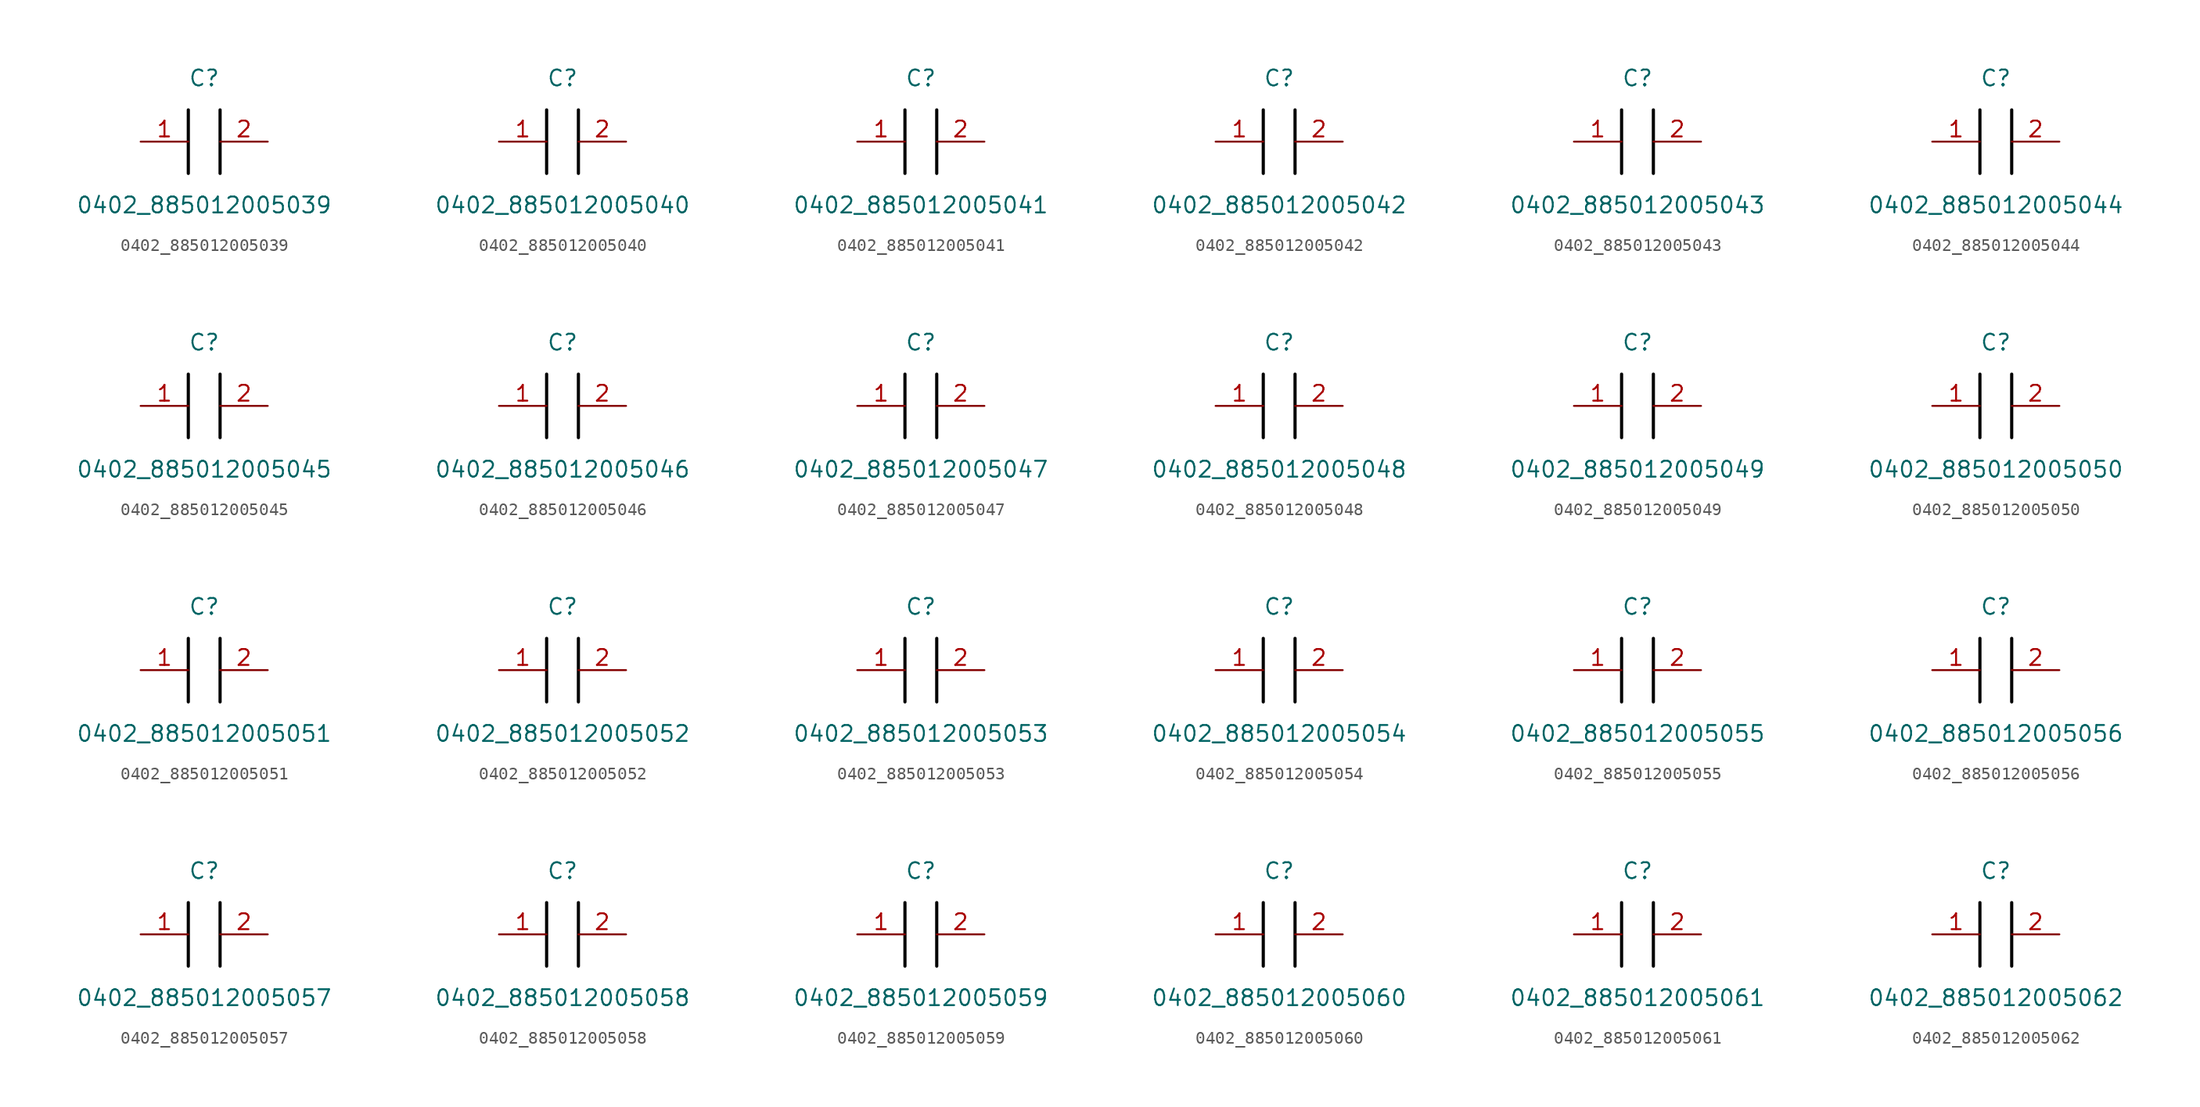
<source format=kicad_sym>
(kicad_symbol_lib
  (version 20220914)
  (generator kicad_symbol_editor)
  (symbol "0402_885012005039"
    (pin_names hide)
    (property "Reference" "C"
      (at 0 5.08 0)
      (effects (font (size 1.27 1.27))))
    (property "Value" "0402_885012005039"
      (at 0 -5.08 0)
      (effects (font (size 1.27 1.27))))
    (symbol "0402_885012005039_1_1"
      (polyline (pts (xy -1.27 2.54) (xy -1.27 -2.54)) (stroke (width 0.254) (type default) (color 0 0 0 1)) (fill (type none)))
      (polyline (pts (xy 1.27 2.54) (xy 1.27 -2.54)) (stroke (width 0.254) (type default) (color 0 0 0 1)) (fill (type none)))
      (pin passive line (at -5.08 0 0) (length 3.81) (name "1" (effects (font (size 1.27 1.27)))) (number "1" (effects (font (size 1.27 1.27)))))
      (pin passive line (at 5.08 0 180) (length 3.81) (name "2" (effects (font (size 1.27 1.27)))) (number "2" (effects (font (size 1.27 1.27)))))))
  (symbol "0402_885012005040"
    (pin_names hide)
    (property "Reference" "C"
      (at 0 5.08 0)
      (effects (font (size 1.27 1.27))))
    (property "Value" "0402_885012005040"
      (at 0 -5.08 0)
      (effects (font (size 1.27 1.27))))
    (symbol "0402_885012005040_1_1"
      (polyline (pts (xy -1.27 2.54) (xy -1.27 -2.54)) (stroke (width 0.254) (type default) (color 0 0 0 1)) (fill (type none)))
      (polyline (pts (xy 1.27 2.54) (xy 1.27 -2.54)) (stroke (width 0.254) (type default) (color 0 0 0 1)) (fill (type none)))
      (pin passive line (at -5.08 0 0) (length 3.81) (name "1" (effects (font (size 1.27 1.27)))) (number "1" (effects (font (size 1.27 1.27)))))
      (pin passive line (at 5.08 0 180) (length 3.81) (name "2" (effects (font (size 1.27 1.27)))) (number "2" (effects (font (size 1.27 1.27)))))))
  (symbol "0402_885012005041"
    (pin_names hide)
    (property "Reference" "C"
      (at 0 5.08 0)
      (effects (font (size 1.27 1.27))))
    (property "Value" "0402_885012005041"
      (at 0 -5.08 0)
      (effects (font (size 1.27 1.27))))
    (symbol "0402_885012005041_1_1"
      (polyline (pts (xy -1.27 2.54) (xy -1.27 -2.54)) (stroke (width 0.254) (type default) (color 0 0 0 1)) (fill (type none)))
      (polyline (pts (xy 1.27 2.54) (xy 1.27 -2.54)) (stroke (width 0.254) (type default) (color 0 0 0 1)) (fill (type none)))
      (pin passive line (at -5.08 0 0) (length 3.81) (name "1" (effects (font (size 1.27 1.27)))) (number "1" (effects (font (size 1.27 1.27)))))
      (pin passive line (at 5.08 0 180) (length 3.81) (name "2" (effects (font (size 1.27 1.27)))) (number "2" (effects (font (size 1.27 1.27)))))))
  (symbol "0402_885012005042"
    (pin_names hide)
    (property "Reference" "C"
      (at 0 5.08 0)
      (effects (font (size 1.27 1.27))))
    (property "Value" "0402_885012005042"
      (at 0 -5.08 0)
      (effects (font (size 1.27 1.27))))
    (symbol "0402_885012005042_1_1"
      (polyline (pts (xy -1.27 2.54) (xy -1.27 -2.54)) (stroke (width 0.254) (type default) (color 0 0 0 1)) (fill (type none)))
      (polyline (pts (xy 1.27 2.54) (xy 1.27 -2.54)) (stroke (width 0.254) (type default) (color 0 0 0 1)) (fill (type none)))
      (pin passive line (at -5.08 0 0) (length 3.81) (name "1" (effects (font (size 1.27 1.27)))) (number "1" (effects (font (size 1.27 1.27)))))
      (pin passive line (at 5.08 0 180) (length 3.81) (name "2" (effects (font (size 1.27 1.27)))) (number "2" (effects (font (size 1.27 1.27)))))))
  (symbol "0402_885012005043"
    (pin_names hide)
    (property "Reference" "C"
      (at 0 5.08 0)
      (effects (font (size 1.27 1.27))))
    (property "Value" "0402_885012005043"
      (at 0 -5.08 0)
      (effects (font (size 1.27 1.27))))
    (symbol "0402_885012005043_1_1"
      (polyline (pts (xy -1.27 2.54) (xy -1.27 -2.54)) (stroke (width 0.254) (type default) (color 0 0 0 1)) (fill (type none)))
      (polyline (pts (xy 1.27 2.54) (xy 1.27 -2.54)) (stroke (width 0.254) (type default) (color 0 0 0 1)) (fill (type none)))
      (pin passive line (at -5.08 0 0) (length 3.81) (name "1" (effects (font (size 1.27 1.27)))) (number "1" (effects (font (size 1.27 1.27)))))
      (pin passive line (at 5.08 0 180) (length 3.81) (name "2" (effects (font (size 1.27 1.27)))) (number "2" (effects (font (size 1.27 1.27)))))))
  (symbol "0402_885012005044"
    (pin_names hide)
    (property "Reference" "C"
      (at 0 5.08 0)
      (effects (font (size 1.27 1.27))))
    (property "Value" "0402_885012005044"
      (at 0 -5.08 0)
      (effects (font (size 1.27 1.27))))
    (symbol "0402_885012005044_1_1"
      (polyline (pts (xy -1.27 2.54) (xy -1.27 -2.54)) (stroke (width 0.254) (type default) (color 0 0 0 1)) (fill (type none)))
      (polyline (pts (xy 1.27 2.54) (xy 1.27 -2.54)) (stroke (width 0.254) (type default) (color 0 0 0 1)) (fill (type none)))
      (pin passive line (at -5.08 0 0) (length 3.81) (name "1" (effects (font (size 1.27 1.27)))) (number "1" (effects (font (size 1.27 1.27)))))
      (pin passive line (at 5.08 0 180) (length 3.81) (name "2" (effects (font (size 1.27 1.27)))) (number "2" (effects (font (size 1.27 1.27)))))))
  (symbol "0402_885012005045"
    (pin_names hide)
    (property "Reference" "C"
      (at 0 5.08 0)
      (effects (font (size 1.27 1.27))))
    (property "Value" "0402_885012005045"
      (at 0 -5.08 0)
      (effects (font (size 1.27 1.27))))
    (symbol "0402_885012005045_1_1"
      (polyline (pts (xy -1.27 2.54) (xy -1.27 -2.54)) (stroke (width 0.254) (type default) (color 0 0 0 1)) (fill (type none)))
      (polyline (pts (xy 1.27 2.54) (xy 1.27 -2.54)) (stroke (width 0.254) (type default) (color 0 0 0 1)) (fill (type none)))
      (pin passive line (at -5.08 0 0) (length 3.81) (name "1" (effects (font (size 1.27 1.27)))) (number "1" (effects (font (size 1.27 1.27)))))
      (pin passive line (at 5.08 0 180) (length 3.81) (name "2" (effects (font (size 1.27 1.27)))) (number "2" (effects (font (size 1.27 1.27)))))))
  (symbol "0402_885012005046"
    (pin_names hide)
    (property "Reference" "C"
      (at 0 5.08 0)
      (effects (font (size 1.27 1.27))))
    (property "Value" "0402_885012005046"
      (at 0 -5.08 0)
      (effects (font (size 1.27 1.27))))
    (symbol "0402_885012005046_1_1"
      (polyline (pts (xy -1.27 2.54) (xy -1.27 -2.54)) (stroke (width 0.254) (type default) (color 0 0 0 1)) (fill (type none)))
      (polyline (pts (xy 1.27 2.54) (xy 1.27 -2.54)) (stroke (width 0.254) (type default) (color 0 0 0 1)) (fill (type none)))
      (pin passive line (at -5.08 0 0) (length 3.81) (name "1" (effects (font (size 1.27 1.27)))) (number "1" (effects (font (size 1.27 1.27)))))
      (pin passive line (at 5.08 0 180) (length 3.81) (name "2" (effects (font (size 1.27 1.27)))) (number "2" (effects (font (size 1.27 1.27)))))))
  (symbol "0402_885012005047"
    (pin_names hide)
    (property "Reference" "C"
      (at 0 5.08 0)
      (effects (font (size 1.27 1.27))))
    (property "Value" "0402_885012005047"
      (at 0 -5.08 0)
      (effects (font (size 1.27 1.27))))
    (symbol "0402_885012005047_1_1"
      (polyline (pts (xy -1.27 2.54) (xy -1.27 -2.54)) (stroke (width 0.254) (type default) (color 0 0 0 1)) (fill (type none)))
      (polyline (pts (xy 1.27 2.54) (xy 1.27 -2.54)) (stroke (width 0.254) (type default) (color 0 0 0 1)) (fill (type none)))
      (pin passive line (at -5.08 0 0) (length 3.81) (name "1" (effects (font (size 1.27 1.27)))) (number "1" (effects (font (size 1.27 1.27)))))
      (pin passive line (at 5.08 0 180) (length 3.81) (name "2" (effects (font (size 1.27 1.27)))) (number "2" (effects (font (size 1.27 1.27)))))))
  (symbol "0402_885012005048"
    (pin_names hide)
    (property "Reference" "C"
      (at 0 5.08 0)
      (effects (font (size 1.27 1.27))))
    (property "Value" "0402_885012005048"
      (at 0 -5.08 0)
      (effects (font (size 1.27 1.27))))
    (symbol "0402_885012005048_1_1"
      (polyline (pts (xy -1.27 2.54) (xy -1.27 -2.54)) (stroke (width 0.254) (type default) (color 0 0 0 1)) (fill (type none)))
      (polyline (pts (xy 1.27 2.54) (xy 1.27 -2.54)) (stroke (width 0.254) (type default) (color 0 0 0 1)) (fill (type none)))
      (pin passive line (at -5.08 0 0) (length 3.81) (name "1" (effects (font (size 1.27 1.27)))) (number "1" (effects (font (size 1.27 1.27)))))
      (pin passive line (at 5.08 0 180) (length 3.81) (name "2" (effects (font (size 1.27 1.27)))) (number "2" (effects (font (size 1.27 1.27)))))))
  (symbol "0402_885012005049"
    (pin_names hide)
    (property "Reference" "C"
      (at 0 5.08 0)
      (effects (font (size 1.27 1.27))))
    (property "Value" "0402_885012005049"
      (at 0 -5.08 0)
      (effects (font (size 1.27 1.27))))
    (symbol "0402_885012005049_1_1"
      (polyline (pts (xy -1.27 2.54) (xy -1.27 -2.54)) (stroke (width 0.254) (type default) (color 0 0 0 1)) (fill (type none)))
      (polyline (pts (xy 1.27 2.54) (xy 1.27 -2.54)) (stroke (width 0.254) (type default) (color 0 0 0 1)) (fill (type none)))
      (pin passive line (at -5.08 0 0) (length 3.81) (name "1" (effects (font (size 1.27 1.27)))) (number "1" (effects (font (size 1.27 1.27)))))
      (pin passive line (at 5.08 0 180) (length 3.81) (name "2" (effects (font (size 1.27 1.27)))) (number "2" (effects (font (size 1.27 1.27)))))))
  (symbol "0402_885012005050"
    (pin_names hide)
    (property "Reference" "C"
      (at 0 5.08 0)
      (effects (font (size 1.27 1.27))))
    (property "Value" "0402_885012005050"
      (at 0 -5.08 0)
      (effects (font (size 1.27 1.27))))
    (symbol "0402_885012005050_1_1"
      (polyline (pts (xy -1.27 2.54) (xy -1.27 -2.54)) (stroke (width 0.254) (type default) (color 0 0 0 1)) (fill (type none)))
      (polyline (pts (xy 1.27 2.54) (xy 1.27 -2.54)) (stroke (width 0.254) (type default) (color 0 0 0 1)) (fill (type none)))
      (pin passive line (at -5.08 0 0) (length 3.81) (name "1" (effects (font (size 1.27 1.27)))) (number "1" (effects (font (size 1.27 1.27)))))
      (pin passive line (at 5.08 0 180) (length 3.81) (name "2" (effects (font (size 1.27 1.27)))) (number "2" (effects (font (size 1.27 1.27)))))))
  (symbol "0402_885012005051"
    (pin_names hide)
    (property "Reference" "C"
      (at 0 5.08 0)
      (effects (font (size 1.27 1.27))))
    (property "Value" "0402_885012005051"
      (at 0 -5.08 0)
      (effects (font (size 1.27 1.27))))
    (symbol "0402_885012005051_1_1"
      (polyline (pts (xy -1.27 2.54) (xy -1.27 -2.54)) (stroke (width 0.254) (type default) (color 0 0 0 1)) (fill (type none)))
      (polyline (pts (xy 1.27 2.54) (xy 1.27 -2.54)) (stroke (width 0.254) (type default) (color 0 0 0 1)) (fill (type none)))
      (pin passive line (at -5.08 0 0) (length 3.81) (name "1" (effects (font (size 1.27 1.27)))) (number "1" (effects (font (size 1.27 1.27)))))
      (pin passive line (at 5.08 0 180) (length 3.81) (name "2" (effects (font (size 1.27 1.27)))) (number "2" (effects (font (size 1.27 1.27)))))))
  (symbol "0402_885012005052"
    (pin_names hide)
    (property "Reference" "C"
      (at 0 5.08 0)
      (effects (font (size 1.27 1.27))))
    (property "Value" "0402_885012005052"
      (at 0 -5.08 0)
      (effects (font (size 1.27 1.27))))
    (symbol "0402_885012005052_1_1"
      (polyline (pts (xy -1.27 2.54) (xy -1.27 -2.54)) (stroke (width 0.254) (type default) (color 0 0 0 1)) (fill (type none)))
      (polyline (pts (xy 1.27 2.54) (xy 1.27 -2.54)) (stroke (width 0.254) (type default) (color 0 0 0 1)) (fill (type none)))
      (pin passive line (at -5.08 0 0) (length 3.81) (name "1" (effects (font (size 1.27 1.27)))) (number "1" (effects (font (size 1.27 1.27)))))
      (pin passive line (at 5.08 0 180) (length 3.81) (name "2" (effects (font (size 1.27 1.27)))) (number "2" (effects (font (size 1.27 1.27)))))))
  (symbol "0402_885012005053"
    (pin_names hide)
    (property "Reference" "C"
      (at 0 5.08 0)
      (effects (font (size 1.27 1.27))))
    (property "Value" "0402_885012005053"
      (at 0 -5.08 0)
      (effects (font (size 1.27 1.27))))
    (symbol "0402_885012005053_1_1"
      (polyline (pts (xy -1.27 2.54) (xy -1.27 -2.54)) (stroke (width 0.254) (type default) (color 0 0 0 1)) (fill (type none)))
      (polyline (pts (xy 1.27 2.54) (xy 1.27 -2.54)) (stroke (width 0.254) (type default) (color 0 0 0 1)) (fill (type none)))
      (pin passive line (at -5.08 0 0) (length 3.81) (name "1" (effects (font (size 1.27 1.27)))) (number "1" (effects (font (size 1.27 1.27)))))
      (pin passive line (at 5.08 0 180) (length 3.81) (name "2" (effects (font (size 1.27 1.27)))) (number "2" (effects (font (size 1.27 1.27)))))))
  (symbol "0402_885012005054"
    (pin_names hide)
    (property "Reference" "C"
      (at 0 5.08 0)
      (effects (font (size 1.27 1.27))))
    (property "Value" "0402_885012005054"
      (at 0 -5.08 0)
      (effects (font (size 1.27 1.27))))
    (symbol "0402_885012005054_1_1"
      (polyline (pts (xy -1.27 2.54) (xy -1.27 -2.54)) (stroke (width 0.254) (type default) (color 0 0 0 1)) (fill (type none)))
      (polyline (pts (xy 1.27 2.54) (xy 1.27 -2.54)) (stroke (width 0.254) (type default) (color 0 0 0 1)) (fill (type none)))
      (pin passive line (at -5.08 0 0) (length 3.81) (name "1" (effects (font (size 1.27 1.27)))) (number "1" (effects (font (size 1.27 1.27)))))
      (pin passive line (at 5.08 0 180) (length 3.81) (name "2" (effects (font (size 1.27 1.27)))) (number "2" (effects (font (size 1.27 1.27)))))))
  (symbol "0402_885012005055"
    (pin_names hide)
    (property "Reference" "C"
      (at 0 5.08 0)
      (effects (font (size 1.27 1.27))))
    (property "Value" "0402_885012005055"
      (at 0 -5.08 0)
      (effects (font (size 1.27 1.27))))
    (symbol "0402_885012005055_1_1"
      (polyline (pts (xy -1.27 2.54) (xy -1.27 -2.54)) (stroke (width 0.254) (type default) (color 0 0 0 1)) (fill (type none)))
      (polyline (pts (xy 1.27 2.54) (xy 1.27 -2.54)) (stroke (width 0.254) (type default) (color 0 0 0 1)) (fill (type none)))
      (pin passive line (at -5.08 0 0) (length 3.81) (name "1" (effects (font (size 1.27 1.27)))) (number "1" (effects (font (size 1.27 1.27)))))
      (pin passive line (at 5.08 0 180) (length 3.81) (name "2" (effects (font (size 1.27 1.27)))) (number "2" (effects (font (size 1.27 1.27)))))))
  (symbol "0402_885012005056"
    (pin_names hide)
    (property "Reference" "C"
      (at 0 5.08 0)
      (effects (font (size 1.27 1.27))))
    (property "Value" "0402_885012005056"
      (at 0 -5.08 0)
      (effects (font (size 1.27 1.27))))
    (symbol "0402_885012005056_1_1"
      (polyline (pts (xy -1.27 2.54) (xy -1.27 -2.54)) (stroke (width 0.254) (type default) (color 0 0 0 1)) (fill (type none)))
      (polyline (pts (xy 1.27 2.54) (xy 1.27 -2.54)) (stroke (width 0.254) (type default) (color 0 0 0 1)) (fill (type none)))
      (pin passive line (at -5.08 0 0) (length 3.81) (name "1" (effects (font (size 1.27 1.27)))) (number "1" (effects (font (size 1.27 1.27)))))
      (pin passive line (at 5.08 0 180) (length 3.81) (name "2" (effects (font (size 1.27 1.27)))) (number "2" (effects (font (size 1.27 1.27)))))))
  (symbol "0402_885012005057"
    (pin_names hide)
    (property "Reference" "C"
      (at 0 5.08 0)
      (effects (font (size 1.27 1.27))))
    (property "Value" "0402_885012005057"
      (at 0 -5.08 0)
      (effects (font (size 1.27 1.27))))
    (symbol "0402_885012005057_1_1"
      (polyline (pts (xy -1.27 2.54) (xy -1.27 -2.54)) (stroke (width 0.254) (type default) (color 0 0 0 1)) (fill (type none)))
      (polyline (pts (xy 1.27 2.54) (xy 1.27 -2.54)) (stroke (width 0.254) (type default) (color 0 0 0 1)) (fill (type none)))
      (pin passive line (at -5.08 0 0) (length 3.81) (name "1" (effects (font (size 1.27 1.27)))) (number "1" (effects (font (size 1.27 1.27)))))
      (pin passive line (at 5.08 0 180) (length 3.81) (name "2" (effects (font (size 1.27 1.27)))) (number "2" (effects (font (size 1.27 1.27)))))))
  (symbol "0402_885012005058"
    (pin_names hide)
    (property "Reference" "C"
      (at 0 5.08 0)
      (effects (font (size 1.27 1.27))))
    (property "Value" "0402_885012005058"
      (at 0 -5.08 0)
      (effects (font (size 1.27 1.27))))
    (symbol "0402_885012005058_1_1"
      (polyline (pts (xy -1.27 2.54) (xy -1.27 -2.54)) (stroke (width 0.254) (type default) (color 0 0 0 1)) (fill (type none)))
      (polyline (pts (xy 1.27 2.54) (xy 1.27 -2.54)) (stroke (width 0.254) (type default) (color 0 0 0 1)) (fill (type none)))
      (pin passive line (at -5.08 0 0) (length 3.81) (name "1" (effects (font (size 1.27 1.27)))) (number "1" (effects (font (size 1.27 1.27)))))
      (pin passive line (at 5.08 0 180) (length 3.81) (name "2" (effects (font (size 1.27 1.27)))) (number "2" (effects (font (size 1.27 1.27)))))))
  (symbol "0402_885012005059"
    (pin_names hide)
    (property "Reference" "C"
      (at 0 5.08 0)
      (effects (font (size 1.27 1.27))))
    (property "Value" "0402_885012005059"
      (at 0 -5.08 0)
      (effects (font (size 1.27 1.27))))
    (symbol "0402_885012005059_1_1"
      (polyline (pts (xy -1.27 2.54) (xy -1.27 -2.54)) (stroke (width 0.254) (type default) (color 0 0 0 1)) (fill (type none)))
      (polyline (pts (xy 1.27 2.54) (xy 1.27 -2.54)) (stroke (width 0.254) (type default) (color 0 0 0 1)) (fill (type none)))
      (pin passive line (at -5.08 0 0) (length 3.81) (name "1" (effects (font (size 1.27 1.27)))) (number "1" (effects (font (size 1.27 1.27)))))
      (pin passive line (at 5.08 0 180) (length 3.81) (name "2" (effects (font (size 1.27 1.27)))) (number "2" (effects (font (size 1.27 1.27)))))))
  (symbol "0402_885012005060"
    (pin_names hide)
    (property "Reference" "C"
      (at 0 5.08 0)
      (effects (font (size 1.27 1.27))))
    (property "Value" "0402_885012005060"
      (at 0 -5.08 0)
      (effects (font (size 1.27 1.27))))
    (symbol "0402_885012005060_1_1"
      (polyline (pts (xy -1.27 2.54) (xy -1.27 -2.54)) (stroke (width 0.254) (type default) (color 0 0 0 1)) (fill (type none)))
      (polyline (pts (xy 1.27 2.54) (xy 1.27 -2.54)) (stroke (width 0.254) (type default) (color 0 0 0 1)) (fill (type none)))
      (pin passive line (at -5.08 0 0) (length 3.81) (name "1" (effects (font (size 1.27 1.27)))) (number "1" (effects (font (size 1.27 1.27)))))
      (pin passive line (at 5.08 0 180) (length 3.81) (name "2" (effects (font (size 1.27 1.27)))) (number "2" (effects (font (size 1.27 1.27)))))))
  (symbol "0402_885012005061"
    (pin_names hide)
    (property "Reference" "C"
      (at 0 5.08 0)
      (effects (font (size 1.27 1.27))))
    (property "Value" "0402_885012005061"
      (at 0 -5.08 0)
      (effects (font (size 1.27 1.27))))
    (symbol "0402_885012005061_1_1"
      (polyline (pts (xy -1.27 2.54) (xy -1.27 -2.54)) (stroke (width 0.254) (type default) (color 0 0 0 1)) (fill (type none)))
      (polyline (pts (xy 1.27 2.54) (xy 1.27 -2.54)) (stroke (width 0.254) (type default) (color 0 0 0 1)) (fill (type none)))
      (pin passive line (at -5.08 0 0) (length 3.81) (name "1" (effects (font (size 1.27 1.27)))) (number "1" (effects (font (size 1.27 1.27)))))
      (pin passive line (at 5.08 0 180) (length 3.81) (name "2" (effects (font (size 1.27 1.27)))) (number "2" (effects (font (size 1.27 1.27)))))))
  (symbol "0402_885012005062"
    (pin_names hide)
    (property "Reference" "C"
      (at 0 5.08 0)
      (effects (font (size 1.27 1.27))))
    (property "Value" "0402_885012005062"
      (at 0 -5.08 0)
      (effects (font (size 1.27 1.27))))
    (symbol "0402_885012005062_1_1"
      (polyline (pts (xy -1.27 2.54) (xy -1.27 -2.54)) (stroke (width 0.254) (type default) (color 0 0 0 1)) (fill (type none)))
      (polyline (pts (xy 1.27 2.54) (xy 1.27 -2.54)) (stroke (width 0.254) (type default) (color 0 0 0 1)) (fill (type none)))
      (pin passive line (at -5.08 0 0) (length 3.81) (name "1" (effects (font (size 1.27 1.27)))) (number "1" (effects (font (size 1.27 1.27)))))
      (pin passive line (at 5.08 0 180) (length 3.81) (name "2" (effects (font (size 1.27 1.27)))) (number "2" (effects (font (size 1.27 1.27))))))))
</source>
